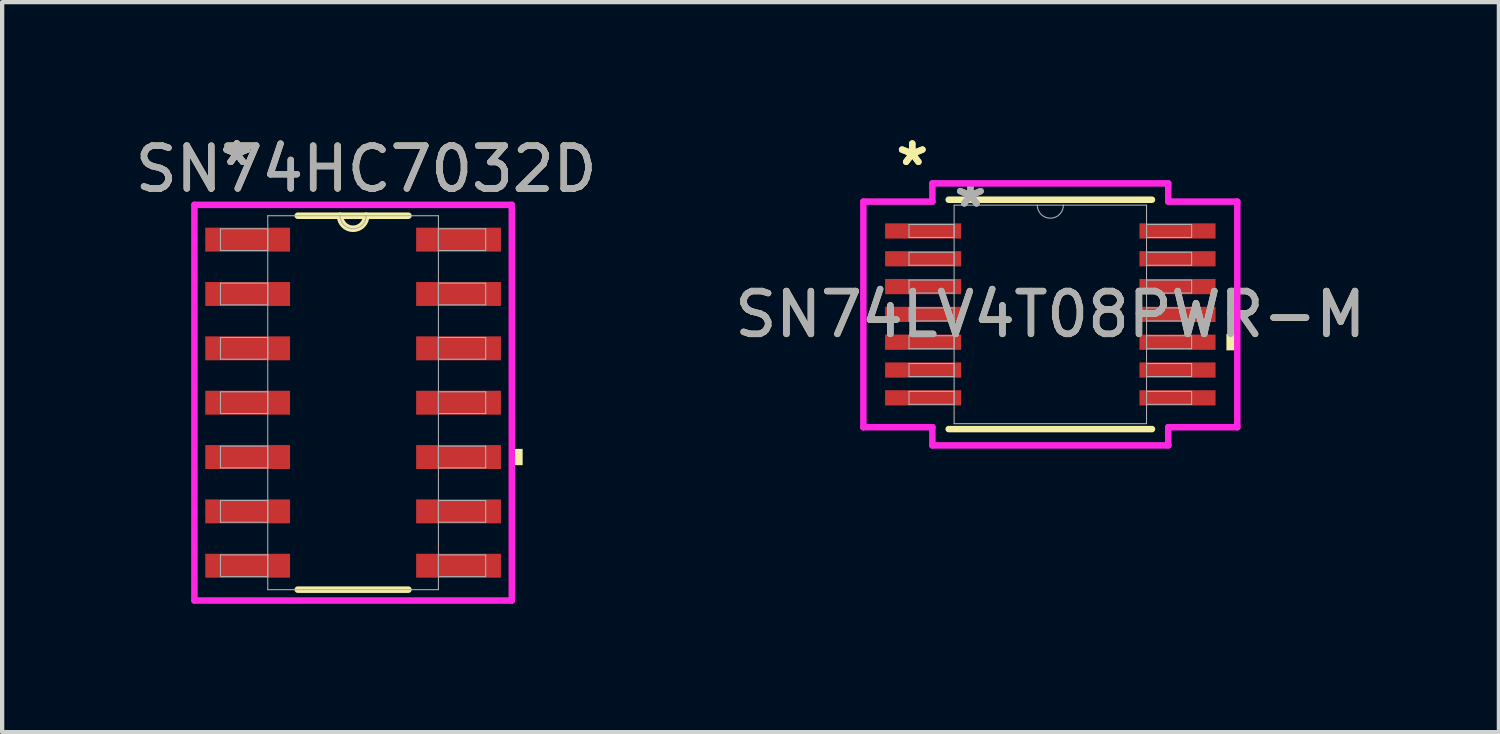
<source format=kicad_pcb>
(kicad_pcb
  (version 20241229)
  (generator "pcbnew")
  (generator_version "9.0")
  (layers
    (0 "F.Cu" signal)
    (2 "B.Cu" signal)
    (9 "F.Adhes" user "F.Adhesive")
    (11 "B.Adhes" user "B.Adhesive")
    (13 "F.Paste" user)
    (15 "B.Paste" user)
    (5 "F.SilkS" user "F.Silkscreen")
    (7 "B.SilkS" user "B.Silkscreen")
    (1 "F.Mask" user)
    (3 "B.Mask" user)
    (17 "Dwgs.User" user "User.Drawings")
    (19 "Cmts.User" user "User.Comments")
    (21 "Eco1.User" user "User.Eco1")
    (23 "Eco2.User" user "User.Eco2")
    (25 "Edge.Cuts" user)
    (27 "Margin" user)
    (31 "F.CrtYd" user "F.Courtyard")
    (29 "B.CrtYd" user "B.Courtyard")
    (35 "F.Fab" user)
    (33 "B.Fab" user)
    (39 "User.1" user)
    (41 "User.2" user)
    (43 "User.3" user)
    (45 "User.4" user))
  (footprint "SN74LV4T08PWR-M"
    (layer "F.Cu")
    (at 21.494 4.297)
    (property "Reference" "SN74LV4T08PWR-M" (at 0 0 0) (unlocked yes) (layer "F.SilkS") (effects (font (size 1 1) (thickness 0.15))))
    (attr smd)
    (fp_line (start -2.375 2.68) (end 2.375 2.68) (stroke (width 0.152) (type solid)) (layer "F.SilkS"))
    (fp_line (start 2.375 -2.68) (end -2.375 -2.68) (stroke (width 0.152) (type solid)) (layer "F.SilkS"))
    (fp_poly (pts (xy 4.369 0.459) (xy 4.369 0.84) (xy 4.115 0.84) (xy 4.115 0.459)) (stroke (width 0) (type solid)) (fill yes) (layer "F.SilkS"))
    (fp_line (start -4.369 -2.636) (end -2.756 -2.636) (stroke (width 0.152) (type solid)) (layer "F.CrtYd"))
    (fp_line (start -4.369 2.636) (end -4.369 -2.636) (stroke (width 0.152) (type solid)) (layer "F.CrtYd"))
    (fp_line (start -4.369 2.636) (end -2.756 2.636) (stroke (width 0.152) (type solid)) (layer "F.CrtYd"))
    (fp_line (start -2.756 -3.061) (end 2.756 -3.061) (stroke (width 0.152) (type solid)) (layer "F.CrtYd"))
    (fp_line (start -2.756 -2.636) (end -2.756 -3.061) (stroke (width 0.152) (type solid)) (layer "F.CrtYd"))
    (fp_line (start -2.756 3.061) (end -2.756 2.636) (stroke (width 0.152) (type solid)) (layer "F.CrtYd"))
    (fp_line (start 2.756 -3.061) (end 2.756 -2.636) (stroke (width 0.152) (type solid)) (layer "F.CrtYd"))
    (fp_line (start 2.756 2.636) (end 2.756 3.061) (stroke (width 0.152) (type solid)) (layer "F.CrtYd"))
    (fp_line (start 2.756 3.061) (end -2.756 3.061) (stroke (width 0.152) (type solid)) (layer "F.CrtYd"))
    (fp_line (start 4.369 -2.636) (end 2.756 -2.636) (stroke (width 0.152) (type solid)) (layer "F.CrtYd"))
    (fp_line (start 4.369 -2.636) (end 4.369 2.636) (stroke (width 0.152) (type solid)) (layer "F.CrtYd"))
    (fp_line (start 4.369 2.636) (end 2.756 2.636) (stroke (width 0.152) (type solid)) (layer "F.CrtYd"))
    (fp_line (start -3.302 -2.102) (end -3.302 -1.798) (stroke (width 0.025) (type solid)) (layer "F.Fab"))
    (fp_line (start -3.302 -1.798) (end -2.248 -1.798) (stroke (width 0.025) (type solid)) (layer "F.Fab"))
    (fp_line (start -3.302 -1.452) (end -3.302 -1.148) (stroke (width 0.025) (type solid)) (layer "F.Fab"))
    (fp_line (start -3.302 -1.148) (end -2.248 -1.148) (stroke (width 0.025) (type solid)) (layer "F.Fab"))
    (fp_line (start -3.302 -0.802) (end -3.302 -0.498) (stroke (width 0.025) (type solid)) (layer "F.Fab"))
    (fp_line (start -3.302 -0.498) (end -2.248 -0.498) (stroke (width 0.025) (type solid)) (layer "F.Fab"))
    (fp_line (start -3.302 -0.152) (end -3.302 0.152) (stroke (width 0.025) (type solid)) (layer "F.Fab"))
    (fp_line (start -3.302 0.152) (end -2.248 0.152) (stroke (width 0.025) (type solid)) (layer "F.Fab"))
    (fp_line (start -3.302 0.498) (end -3.302 0.802) (stroke (width 0.025) (type solid)) (layer "F.Fab"))
    (fp_line (start -3.302 0.802) (end -2.248 0.802) (stroke (width 0.025) (type solid)) (layer "F.Fab"))
    (fp_line (start -3.302 1.148) (end -3.302 1.452) (stroke (width 0.025) (type solid)) (layer "F.Fab"))
    (fp_line (start -3.302 1.452) (end -2.248 1.452) (stroke (width 0.025) (type solid)) (layer "F.Fab"))
    (fp_line (start -3.302 1.798) (end -3.302 2.102) (stroke (width 0.025) (type solid)) (layer "F.Fab"))
    (fp_line (start -3.302 2.102) (end -2.248 2.102) (stroke (width 0.025) (type solid)) (layer "F.Fab"))
    (fp_line (start -2.248 -2.553) (end -2.248 2.553) (stroke (width 0.025) (type solid)) (layer "F.Fab"))
    (fp_line (start -2.248 -2.102) (end -3.302 -2.102) (stroke (width 0.025) (type solid)) (layer "F.Fab"))
    (fp_line (start -2.248 -1.798) (end -2.248 -2.102) (stroke (width 0.025) (type solid)) (layer "F.Fab"))
    (fp_line (start -2.248 -1.452) (end -3.302 -1.452) (stroke (width 0.025) (type solid)) (layer "F.Fab"))
    (fp_line (start -2.248 -1.148) (end -2.248 -1.452) (stroke (width 0.025) (type solid)) (layer "F.Fab"))
    (fp_line (start -2.248 -0.802) (end -3.302 -0.802) (stroke (width 0.025) (type solid)) (layer "F.Fab"))
    (fp_line (start -2.248 -0.498) (end -2.248 -0.802) (stroke (width 0.025) (type solid)) (layer "F.Fab"))
    (fp_line (start -2.248 -0.152) (end -3.302 -0.152) (stroke (width 0.025) (type solid)) (layer "F.Fab"))
    (fp_line (start -2.248 0.152) (end -2.248 -0.152) (stroke (width 0.025) (type solid)) (layer "F.Fab"))
    (fp_line (start -2.248 0.498) (end -3.302 0.498) (stroke (width 0.025) (type solid)) (layer "F.Fab"))
    (fp_line (start -2.248 0.802) (end -2.248 0.498) (stroke (width 0.025) (type solid)) (layer "F.Fab"))
    (fp_line (start -2.248 1.148) (end -3.302 1.148) (stroke (width 0.025) (type solid)) (layer "F.Fab"))
    (fp_line (start -2.248 1.452) (end -2.248 1.148) (stroke (width 0.025) (type solid)) (layer "F.Fab"))
    (fp_line (start -2.248 1.798) (end -3.302 1.798) (stroke (width 0.025) (type solid)) (layer "F.Fab"))
    (fp_line (start -2.248 2.102) (end -2.248 1.798) (stroke (width 0.025) (type solid)) (layer "F.Fab"))
    (fp_line (start -2.248 2.553) (end 2.248 2.553) (stroke (width 0.025) (type solid)) (layer "F.Fab"))
    (fp_line (start 2.248 -2.553) (end -2.248 -2.553) (stroke (width 0.025) (type solid)) (layer "F.Fab"))
    (fp_line (start 2.248 -2.102) (end 2.248 -1.798) (stroke (width 0.025) (type solid)) (layer "F.Fab"))
    (fp_line (start 2.248 -1.798) (end 3.302 -1.798) (stroke (width 0.025) (type solid)) (layer "F.Fab"))
    (fp_line (start 2.248 -1.452) (end 2.248 -1.148) (stroke (width 0.025) (type solid)) (layer "F.Fab"))
    (fp_line (start 2.248 -1.148) (end 3.302 -1.148) (stroke (width 0.025) (type solid)) (layer "F.Fab"))
    (fp_line (start 2.248 -0.802) (end 2.248 -0.498) (stroke (width 0.025) (type solid)) (layer "F.Fab"))
    (fp_line (start 2.248 -0.498) (end 3.302 -0.498) (stroke (width 0.025) (type solid)) (layer "F.Fab"))
    (fp_line (start 2.248 -0.152) (end 2.248 0.152) (stroke (width 0.025) (type solid)) (layer "F.Fab"))
    (fp_line (start 2.248 0.152) (end 3.302 0.152) (stroke (width 0.025) (type solid)) (layer "F.Fab"))
    (fp_line (start 2.248 0.498) (end 2.248 0.802) (stroke (width 0.025) (type solid)) (layer "F.Fab"))
    (fp_line (start 2.248 0.802) (end 3.302 0.802) (stroke (width 0.025) (type solid)) (layer "F.Fab"))
    (fp_line (start 2.248 1.148) (end 2.248 1.452) (stroke (width 0.025) (type solid)) (layer "F.Fab"))
    (fp_line (start 2.248 1.452) (end 3.302 1.452) (stroke (width 0.025) (type solid)) (layer "F.Fab"))
    (fp_line (start 2.248 1.798) (end 2.248 2.102) (stroke (width 0.025) (type solid)) (layer "F.Fab"))
    (fp_line (start 2.248 2.102) (end 3.302 2.102) (stroke (width 0.025) (type solid)) (layer "F.Fab"))
    (fp_line (start 2.248 2.553) (end 2.248 -2.553) (stroke (width 0.025) (type solid)) (layer "F.Fab"))
    (fp_line (start 3.302 -2.102) (end 2.248 -2.102) (stroke (width 0.025) (type solid)) (layer "F.Fab"))
    (fp_line (start 3.302 -1.798) (end 3.302 -2.102) (stroke (width 0.025) (type solid)) (layer "F.Fab"))
    (fp_line (start 3.302 -1.452) (end 2.248 -1.452) (stroke (width 0.025) (type solid)) (layer "F.Fab"))
    (fp_line (start 3.302 -1.148) (end 3.302 -1.452) (stroke (width 0.025) (type solid)) (layer "F.Fab"))
    (fp_line (start 3.302 -0.802) (end 2.248 -0.802) (stroke (width 0.025) (type solid)) (layer "F.Fab"))
    (fp_line (start 3.302 -0.498) (end 3.302 -0.802) (stroke (width 0.025) (type solid)) (layer "F.Fab"))
    (fp_line (start 3.302 -0.152) (end 2.248 -0.152) (stroke (width 0.025) (type solid)) (layer "F.Fab"))
    (fp_line (start 3.302 0.152) (end 3.302 -0.152) (stroke (width 0.025) (type solid)) (layer "F.Fab"))
    (fp_line (start 3.302 0.498) (end 2.248 0.498) (stroke (width 0.025) (type solid)) (layer "F.Fab"))
    (fp_line (start 3.302 0.802) (end 3.302 0.498) (stroke (width 0.025) (type solid)) (layer "F.Fab"))
    (fp_line (start 3.302 1.148) (end 2.248 1.148) (stroke (width 0.025) (type solid)) (layer "F.Fab"))
    (fp_line (start 3.302 1.452) (end 3.302 1.148) (stroke (width 0.025) (type solid)) (layer "F.Fab"))
    (fp_line (start 3.302 1.798) (end 2.248 1.798) (stroke (width 0.025) (type solid)) (layer "F.Fab"))
    (fp_line (start 3.302 2.102) (end 3.302 1.798) (stroke (width 0.025) (type solid)) (layer "F.Fab"))
    (fp_arc (start 0.3048 -2.5527) (mid 0 -2.2479) (end -0.3048 -2.5527) (stroke (width 0.0254) (type solid)) (layer "F.Fab"))
    (fp_text user "*" (at -3.226 -3.449 0) (unlocked yes) (layer "F.SilkS") (effects (font (size 1 1) (thickness 0.15))))
    (fp_text user "*" (at -3.226 -3.449 0) (layer "F.SilkS") (effects (font (size 1 1) (thickness 0.15))))
    (fp_text user "${REFERENCE}" (at 0 0 0) (unlocked yes) (layer "F.Fab") (effects (font (size 1 1) (thickness 0.15))))
    (fp_text user "*" (at -1.867 -2.477 0) (unlocked yes) (layer "F.Fab") (effects (font (size 1 1) (thickness 0.15))))
    (fp_text user "*" (at -1.867 -2.477 0) (layer "F.Fab") (effects (font (size 1 1) (thickness 0.15))))
    (pad "1" smd rect (at -2.972 -1.95) (size 1.778 0.356) (layers "F.Cu" "F.Mask" "F.Paste"))
    (pad "2" smd rect (at -2.972 -1.3) (size 1.778 0.356) (layers "F.Cu" "F.Mask" "F.Paste"))
    (pad "3" smd rect (at -2.972 -0.65) (size 1.778 0.356) (layers "F.Cu" "F.Mask" "F.Paste"))
    (pad "4" smd rect (at -2.972 0) (size 1.778 0.356) (layers "F.Cu" "F.Mask" "F.Paste"))
    (pad "5" smd rect (at -2.972 0.65) (size 1.778 0.356) (layers "F.Cu" "F.Mask" "F.Paste"))
    (pad "6" smd rect (at -2.972 1.3) (size 1.778 0.356) (layers "F.Cu" "F.Mask" "F.Paste"))
    (pad "7" smd rect (at -2.972 1.95) (size 1.778 0.356) (layers "F.Cu" "F.Mask" "F.Paste"))
    (pad "8" smd rect (at 2.972 1.95) (size 1.778 0.356) (layers "F.Cu" "F.Mask" "F.Paste"))
    (pad "9" smd rect (at 2.972 1.3) (size 1.778 0.356) (layers "F.Cu" "F.Mask" "F.Paste"))
    (pad "10" smd rect (at 2.972 0.65) (size 1.778 0.356) (layers "F.Cu" "F.Mask" "F.Paste"))
    (pad "11" smd rect (at 2.972 0) (size 1.778 0.356) (layers "F.Cu" "F.Mask" "F.Paste"))
    (pad "12" smd rect (at 2.972 -0.65) (size 1.778 0.356) (layers "F.Cu" "F.Mask" "F.Paste"))
    (pad "13" smd rect (at 2.972 -1.3) (size 1.778 0.356) (layers "F.Cu" "F.Mask" "F.Paste"))
    (pad "14" smd rect (at 2.972 -1.95) (size 1.778 0.356) (layers "F.Cu" "F.Mask" "F.Paste")))
  (footprint "SN74HC7032D"
    (layer "F.Cu")
    (at 5.201 6.36)
    (property "Reference" "SN74HC7032D" (at 0.305 -5.461 0) (unlocked yes) (layer "F.SilkS") (effects (font (size 1 1) (thickness 0.15))))
    (attr smd)
    (fp_line (start -1.293 4.369) (end 1.293 4.369) (stroke (width 0.152) (type solid)) (layer "F.SilkS"))
    (fp_line (start 1.293 -4.369) (end -1.293 -4.369) (stroke (width 0.152) (type solid)) (layer "F.SilkS"))
    (fp_arc (start 0.3048 -4.3688) (mid 0 -4.064) (end -0.3048 -4.3688) (stroke (width 0.1524) (type solid)) (layer "F.SilkS"))
    (fp_poly (pts (xy 3.962 1.079) (xy 3.962 1.46) (xy 3.708 1.46) (xy 3.708 1.079)) (stroke (width 0) (type solid)) (fill yes) (layer "F.SilkS"))
    (fp_line (start -3.708 -4.623) (end 3.708 -4.623) (stroke (width 0.152) (type solid)) (layer "F.CrtYd"))
    (fp_line (start -3.708 4.623) (end -3.708 -4.623) (stroke (width 0.152) (type solid)) (layer "F.CrtYd"))
    (fp_line (start 3.708 -4.623) (end 3.708 4.623) (stroke (width 0.152) (type solid)) (layer "F.CrtYd"))
    (fp_line (start 3.708 4.623) (end -3.708 4.623) (stroke (width 0.152) (type solid)) (layer "F.CrtYd"))
    (fp_line (start -3.099 -4.064) (end -3.099 -3.556) (stroke (width 0.025) (type solid)) (layer "F.Fab"))
    (fp_line (start -3.099 -3.556) (end -1.994 -3.556) (stroke (width 0.025) (type solid)) (layer "F.Fab"))
    (fp_line (start -3.099 -2.794) (end -3.099 -2.286) (stroke (width 0.025) (type solid)) (layer "F.Fab"))
    (fp_line (start -3.099 -2.286) (end -1.994 -2.286) (stroke (width 0.025) (type solid)) (layer "F.Fab"))
    (fp_line (start -3.099 -1.524) (end -3.099 -1.016) (stroke (width 0.025) (type solid)) (layer "F.Fab"))
    (fp_line (start -3.099 -1.016) (end -1.994 -1.016) (stroke (width 0.025) (type solid)) (layer "F.Fab"))
    (fp_line (start -3.099 -0.254) (end -3.099 0.254) (stroke (width 0.025) (type solid)) (layer "F.Fab"))
    (fp_line (start -3.099 0.254) (end -1.994 0.254) (stroke (width 0.025) (type solid)) (layer "F.Fab"))
    (fp_line (start -3.099 1.016) (end -3.099 1.524) (stroke (width 0.025) (type solid)) (layer "F.Fab"))
    (fp_line (start -3.099 1.524) (end -1.994 1.524) (stroke (width 0.025) (type solid)) (layer "F.Fab"))
    (fp_line (start -3.099 2.286) (end -3.099 2.794) (stroke (width 0.025) (type solid)) (layer "F.Fab"))
    (fp_line (start -3.099 2.794) (end -1.994 2.794) (stroke (width 0.025) (type solid)) (layer "F.Fab"))
    (fp_line (start -3.099 3.556) (end -3.099 4.064) (stroke (width 0.025) (type solid)) (layer "F.Fab"))
    (fp_line (start -3.099 4.064) (end -1.994 4.064) (stroke (width 0.025) (type solid)) (layer "F.Fab"))
    (fp_line (start -1.994 -4.369) (end -1.994 4.369) (stroke (width 0.025) (type solid)) (layer "F.Fab"))
    (fp_line (start -1.994 -4.064) (end -3.099 -4.064) (stroke (width 0.025) (type solid)) (layer "F.Fab"))
    (fp_line (start -1.994 -3.556) (end -1.994 -4.064) (stroke (width 0.025) (type solid)) (layer "F.Fab"))
    (fp_line (start -1.994 -2.794) (end -3.099 -2.794) (stroke (width 0.025) (type solid)) (layer "F.Fab"))
    (fp_line (start -1.994 -2.286) (end -1.994 -2.794) (stroke (width 0.025) (type solid)) (layer "F.Fab"))
    (fp_line (start -1.994 -1.524) (end -3.099 -1.524) (stroke (width 0.025) (type solid)) (layer "F.Fab"))
    (fp_line (start -1.994 -1.016) (end -1.994 -1.524) (stroke (width 0.025) (type solid)) (layer "F.Fab"))
    (fp_line (start -1.994 -0.254) (end -3.099 -0.254) (stroke (width 0.025) (type solid)) (layer "F.Fab"))
    (fp_line (start -1.994 0.254) (end -1.994 -0.254) (stroke (width 0.025) (type solid)) (layer "F.Fab"))
    (fp_line (start -1.994 1.016) (end -3.099 1.016) (stroke (width 0.025) (type solid)) (layer "F.Fab"))
    (fp_line (start -1.994 1.524) (end -1.994 1.016) (stroke (width 0.025) (type solid)) (layer "F.Fab"))
    (fp_line (start -1.994 2.286) (end -3.099 2.286) (stroke (width 0.025) (type solid)) (layer "F.Fab"))
    (fp_line (start -1.994 2.794) (end -1.994 2.286) (stroke (width 0.025) (type solid)) (layer "F.Fab"))
    (fp_line (start -1.994 3.556) (end -3.099 3.556) (stroke (width 0.025) (type solid)) (layer "F.Fab"))
    (fp_line (start -1.994 4.064) (end -1.994 3.556) (stroke (width 0.025) (type solid)) (layer "F.Fab"))
    (fp_line (start -1.994 4.369) (end 1.994 4.369) (stroke (width 0.025) (type solid)) (layer "F.Fab"))
    (fp_line (start 1.994 -4.369) (end -1.994 -4.369) (stroke (width 0.025) (type solid)) (layer "F.Fab"))
    (fp_line (start 1.994 -4.064) (end 1.994 -3.556) (stroke (width 0.025) (type solid)) (layer "F.Fab"))
    (fp_line (start 1.994 -3.556) (end 3.099 -3.556) (stroke (width 0.025) (type solid)) (layer "F.Fab"))
    (fp_line (start 1.994 -2.794) (end 1.994 -2.286) (stroke (width 0.025) (type solid)) (layer "F.Fab"))
    (fp_line (start 1.994 -2.286) (end 3.099 -2.286) (stroke (width 0.025) (type solid)) (layer "F.Fab"))
    (fp_line (start 1.994 -1.524) (end 1.994 -1.016) (stroke (width 0.025) (type solid)) (layer "F.Fab"))
    (fp_line (start 1.994 -1.016) (end 3.099 -1.016) (stroke (width 0.025) (type solid)) (layer "F.Fab"))
    (fp_line (start 1.994 -0.254) (end 1.994 0.254) (stroke (width 0.025) (type solid)) (layer "F.Fab"))
    (fp_line (start 1.994 0.254) (end 3.099 0.254) (stroke (width 0.025) (type solid)) (layer "F.Fab"))
    (fp_line (start 1.994 1.016) (end 1.994 1.524) (stroke (width 0.025) (type solid)) (layer "F.Fab"))
    (fp_line (start 1.994 1.524) (end 3.099 1.524) (stroke (width 0.025) (type solid)) (layer "F.Fab"))
    (fp_line (start 1.994 2.286) (end 1.994 2.794) (stroke (width 0.025) (type solid)) (layer "F.Fab"))
    (fp_line (start 1.994 2.794) (end 3.099 2.794) (stroke (width 0.025) (type solid)) (layer "F.Fab"))
    (fp_line (start 1.994 3.556) (end 1.994 4.064) (stroke (width 0.025) (type solid)) (layer "F.Fab"))
    (fp_line (start 1.994 4.064) (end 3.099 4.064) (stroke (width 0.025) (type solid)) (layer "F.Fab"))
    (fp_line (start 1.994 4.369) (end 1.994 -4.369) (stroke (width 0.025) (type solid)) (layer "F.Fab"))
    (fp_line (start 3.099 -4.064) (end 1.994 -4.064) (stroke (width 0.025) (type solid)) (layer "F.Fab"))
    (fp_line (start 3.099 -3.556) (end 3.099 -4.064) (stroke (width 0.025) (type solid)) (layer "F.Fab"))
    (fp_line (start 3.099 -2.794) (end 1.994 -2.794) (stroke (width 0.025) (type solid)) (layer "F.Fab"))
    (fp_line (start 3.099 -2.286) (end 3.099 -2.794) (stroke (width 0.025) (type solid)) (layer "F.Fab"))
    (fp_line (start 3.099 -1.524) (end 1.994 -1.524) (stroke (width 0.025) (type solid)) (layer "F.Fab"))
    (fp_line (start 3.099 -1.016) (end 3.099 -1.524) (stroke (width 0.025) (type solid)) (layer "F.Fab"))
    (fp_line (start 3.099 -0.254) (end 1.994 -0.254) (stroke (width 0.025) (type solid)) (layer "F.Fab"))
    (fp_line (start 3.099 0.254) (end 3.099 -0.254) (stroke (width 0.025) (type solid)) (layer "F.Fab"))
    (fp_line (start 3.099 1.016) (end 1.994 1.016) (stroke (width 0.025) (type solid)) (layer "F.Fab"))
    (fp_line (start 3.099 1.524) (end 3.099 1.016) (stroke (width 0.025) (type solid)) (layer "F.Fab"))
    (fp_line (start 3.099 2.286) (end 1.994 2.286) (stroke (width 0.025) (type solid)) (layer "F.Fab"))
    (fp_line (start 3.099 2.794) (end 3.099 2.286) (stroke (width 0.025) (type solid)) (layer "F.Fab"))
    (fp_line (start 3.099 3.556) (end 1.994 3.556) (stroke (width 0.025) (type solid)) (layer "F.Fab"))
    (fp_line (start 3.099 4.064) (end 3.099 3.556) (stroke (width 0.025) (type solid)) (layer "F.Fab"))
    (fp_arc (start 0.3048 -4.3688) (mid 0 -4.064) (end -0.3048 -4.3688) (stroke (width 0.0254) (type solid)) (layer "F.Fab"))
    (fp_text user "*" (at -2.718 -5.512 0) (unlocked yes) (layer "F.SilkS") (effects (font (size 1 1) (thickness 0.15))))
    (fp_text user "*" (at -2.718 -5.512 0) (layer "F.SilkS") (effects (font (size 1 1) (thickness 0.15))))
    (fp_text user "*" (at -2.718 -5.512 0) (layer "F.Fab") (effects (font (size 1 1) (thickness 0.15))))
    (fp_text user "*" (at -2.718 -5.512 0) (unlocked yes) (layer "F.Fab") (effects (font (size 1 1) (thickness 0.15))))
    (fp_text user "${REFERENCE}" (at 0.305 -5.461 0) (unlocked yes) (layer "F.Fab") (effects (font (size 1 1) (thickness 0.15))))
    (pad "1" smd rect (at -2.464 -3.81) (size 1.981 0.559) (layers "F.Cu" "F.Mask" "F.Paste"))
    (pad "2" smd rect (at -2.464 -2.54) (size 1.981 0.559) (layers "F.Cu" "F.Mask" "F.Paste"))
    (pad "3" smd rect (at -2.464 -1.27) (size 1.981 0.559) (layers "F.Cu" "F.Mask" "F.Paste"))
    (pad "4" smd rect (at -2.464 0) (size 1.981 0.559) (layers "F.Cu" "F.Mask" "F.Paste"))
    (pad "5" smd rect (at -2.464 1.27) (size 1.981 0.559) (layers "F.Cu" "F.Mask" "F.Paste"))
    (pad "6" smd rect (at -2.464 2.54) (size 1.981 0.559) (layers "F.Cu" "F.Mask" "F.Paste"))
    (pad "7" smd rect (at -2.464 3.81) (size 1.981 0.559) (layers "F.Cu" "F.Mask" "F.Paste"))
    (pad "8" smd rect (at 2.464 3.81) (size 1.981 0.559) (layers "F.Cu" "F.Mask" "F.Paste"))
    (pad "9" smd rect (at 2.464 2.54) (size 1.981 0.559) (layers "F.Cu" "F.Mask" "F.Paste"))
    (pad "10" smd rect (at 2.464 1.27) (size 1.981 0.559) (layers "F.Cu" "F.Mask" "F.Paste"))
    (pad "11" smd rect (at 2.464 0) (size 1.981 0.559) (layers "F.Cu" "F.Mask" "F.Paste"))
    (pad "12" smd rect (at 2.464 -1.27) (size 1.981 0.559) (layers "F.Cu" "F.Mask" "F.Paste"))
    (pad "13" smd rect (at 2.464 -2.54) (size 1.981 0.559) (layers "F.Cu" "F.Mask" "F.Paste"))
    (pad "14" smd rect (at 2.464 -3.81) (size 1.981 0.559) (layers "F.Cu" "F.Mask" "F.Paste")))
  (gr_rect
    (start -3 -3)
    (end 31.976 14.059)
    (stroke (width 0.1) (type default))
    (fill no)
    (layer "Edge.Cuts")))
</source>
